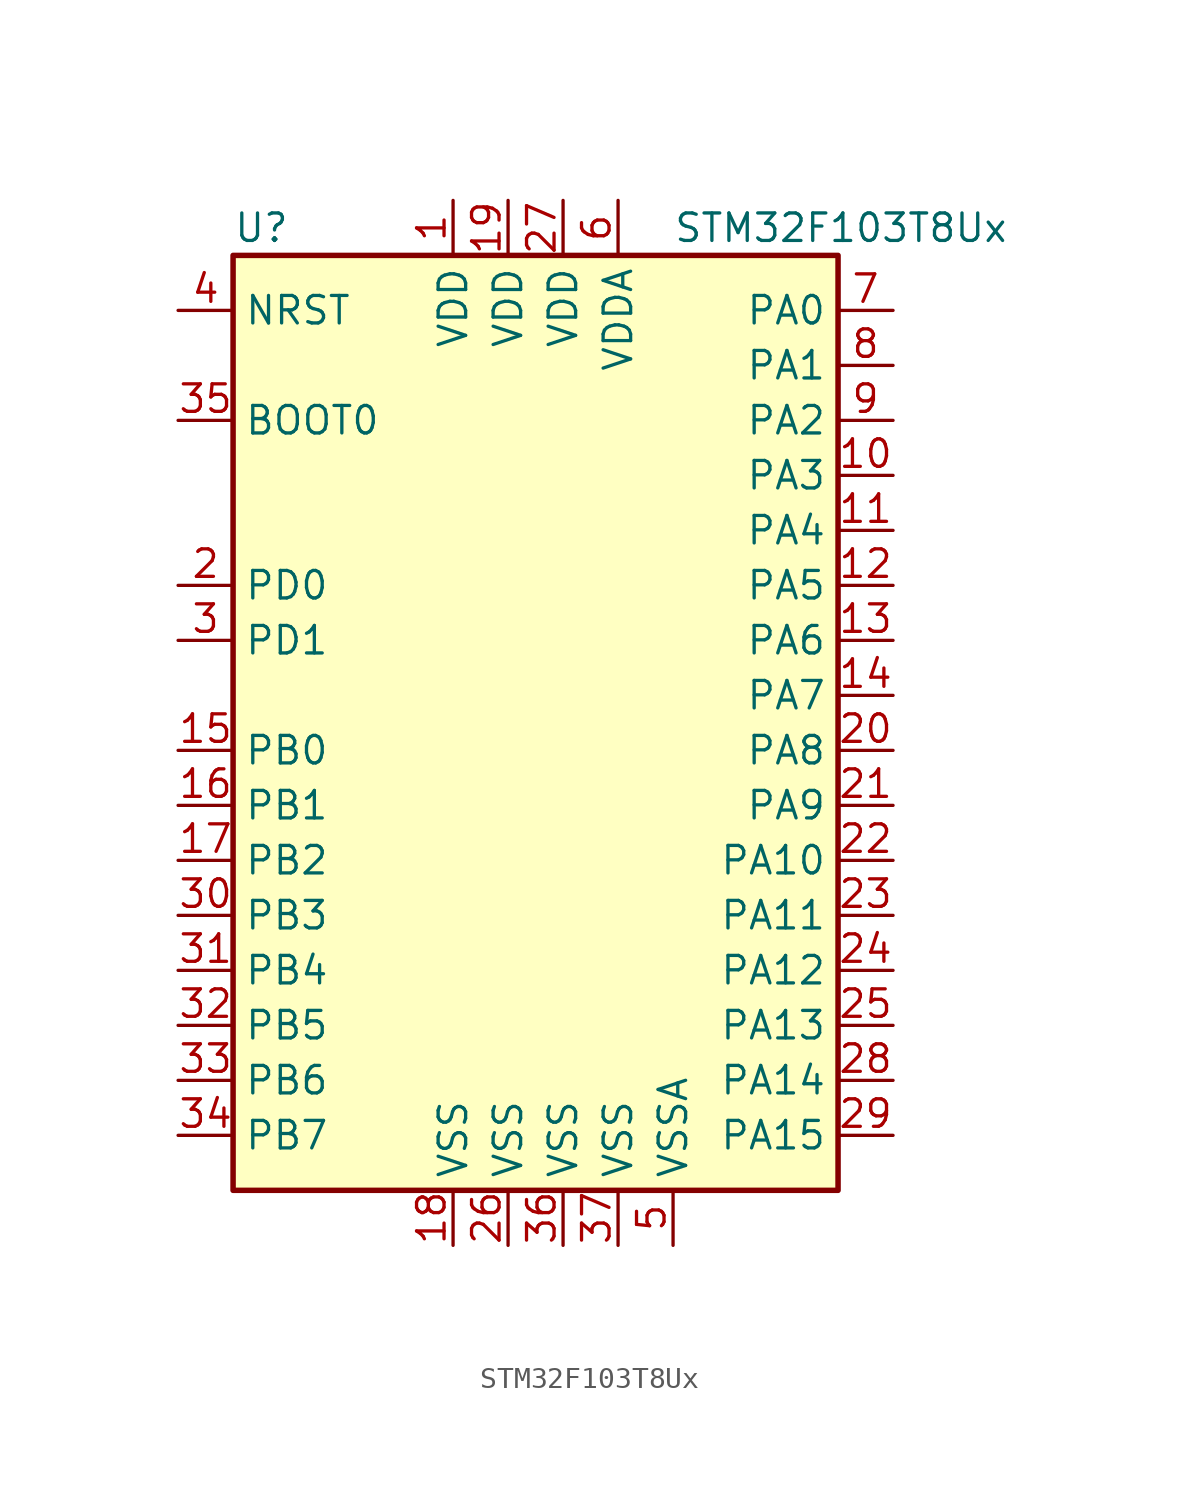
<source format=kicad_sym>
(kicad_symbol_lib
  (version 20201005)
  (generator kicad_symbol_editor)
  (symbol "MCU_ST_STM32F1:STM32F103T8Ux"
    (property "Reference" "U"
      (at -15.24 21.59 0)
      (effects (font (size 1.27 1.27)) (justify left)))
    (property "Value" "STM32F103T8Ux"
      (at 5.08 21.59 0)
      (effects (font (size 1.27 1.27)) (justify left)))
    (symbol "STM32F103T8Ux_0_1"
      (rectangle (start -15.24 -22.86) (end 12.7 20.32) (stroke (width 0.254)) (fill (type background))))
    (symbol "STM32F103T8Ux_1_1"
      (pin input line (at -17.78 12.7 0) (length 2.54) (name "BOOT0" (effects (font (size 1.27 1.27)))) (number "35" (effects (font (size 1.27 1.27)))))
      (pin input line (at -17.78 17.78 0) (length 2.54) (name "NRST" (effects (font (size 1.27 1.27)))) (number "4" (effects (font (size 1.27 1.27)))))
      (pin bidirectional line (at 15.24 17.78 180) (length 2.54) (name "PA0" (effects (font (size 1.27 1.27)))) (number "7" (effects (font (size 1.27 1.27)))))
      (pin bidirectional line (at 15.24 15.24 180) (length 2.54) (name "PA1" (effects (font (size 1.27 1.27)))) (number "8" (effects (font (size 1.27 1.27)))))
      (pin bidirectional line (at 15.24 -7.62 180) (length 2.54) (name "PA10" (effects (font (size 1.27 1.27)))) (number "22" (effects (font (size 1.27 1.27)))))
      (pin bidirectional line (at 15.24 -10.16 180) (length 2.54) (name "PA11" (effects (font (size 1.27 1.27)))) (number "23" (effects (font (size 1.27 1.27)))))
      (pin bidirectional line (at 15.24 -12.7 180) (length 2.54) (name "PA12" (effects (font (size 1.27 1.27)))) (number "24" (effects (font (size 1.27 1.27)))))
      (pin bidirectional line (at 15.24 -15.24 180) (length 2.54) (name "PA13" (effects (font (size 1.27 1.27)))) (number "25" (effects (font (size 1.27 1.27)))))
      (pin bidirectional line (at 15.24 -17.78 180) (length 2.54) (name "PA14" (effects (font (size 1.27 1.27)))) (number "28" (effects (font (size 1.27 1.27)))))
      (pin bidirectional line (at 15.24 -20.32 180) (length 2.54) (name "PA15" (effects (font (size 1.27 1.27)))) (number "29" (effects (font (size 1.27 1.27)))))
      (pin bidirectional line (at 15.24 12.7 180) (length 2.54) (name "PA2" (effects (font (size 1.27 1.27)))) (number "9" (effects (font (size 1.27 1.27)))))
      (pin bidirectional line (at 15.24 10.16 180) (length 2.54) (name "PA3" (effects (font (size 1.27 1.27)))) (number "10" (effects (font (size 1.27 1.27)))))
      (pin bidirectional line (at 15.24 7.62 180) (length 2.54) (name "PA4" (effects (font (size 1.27 1.27)))) (number "11" (effects (font (size 1.27 1.27)))))
      (pin bidirectional line (at 15.24 5.08 180) (length 2.54) (name "PA5" (effects (font (size 1.27 1.27)))) (number "12" (effects (font (size 1.27 1.27)))))
      (pin bidirectional line (at 15.24 2.54 180) (length 2.54) (name "PA6" (effects (font (size 1.27 1.27)))) (number "13" (effects (font (size 1.27 1.27)))))
      (pin bidirectional line (at 15.24 0 180) (length 2.54) (name "PA7" (effects (font (size 1.27 1.27)))) (number "14" (effects (font (size 1.27 1.27)))))
      (pin bidirectional line (at 15.24 -2.54 180) (length 2.54) (name "PA8" (effects (font (size 1.27 1.27)))) (number "20" (effects (font (size 1.27 1.27)))))
      (pin bidirectional line (at 15.24 -5.08 180) (length 2.54) (name "PA9" (effects (font (size 1.27 1.27)))) (number "21" (effects (font (size 1.27 1.27)))))
      (pin bidirectional line (at -17.78 -2.54 0) (length 2.54) (name "PB0" (effects (font (size 1.27 1.27)))) (number "15" (effects (font (size 1.27 1.27)))))
      (pin bidirectional line (at -17.78 -5.08 0) (length 2.54) (name "PB1" (effects (font (size 1.27 1.27)))) (number "16" (effects (font (size 1.27 1.27)))))
      (pin bidirectional line (at -17.78 -7.62 0) (length 2.54) (name "PB2" (effects (font (size 1.27 1.27)))) (number "17" (effects (font (size 1.27 1.27)))))
      (pin bidirectional line (at -17.78 -10.16 0) (length 2.54) (name "PB3" (effects (font (size 1.27 1.27)))) (number "30" (effects (font (size 1.27 1.27)))))
      (pin bidirectional line (at -17.78 -12.7 0) (length 2.54) (name "PB4" (effects (font (size 1.27 1.27)))) (number "31" (effects (font (size 1.27 1.27)))))
      (pin bidirectional line (at -17.78 -15.24 0) (length 2.54) (name "PB5" (effects (font (size 1.27 1.27)))) (number "32" (effects (font (size 1.27 1.27)))))
      (pin bidirectional line (at -17.78 -17.78 0) (length 2.54) (name "PB6" (effects (font (size 1.27 1.27)))) (number "33" (effects (font (size 1.27 1.27)))))
      (pin bidirectional line (at -17.78 -20.32 0) (length 2.54) (name "PB7" (effects (font (size 1.27 1.27)))) (number "34" (effects (font (size 1.27 1.27)))))
      (pin input line (at -17.78 5.08 0) (length 2.54) (name "PD0" (effects (font (size 1.27 1.27)))) (number "2" (effects (font (size 1.27 1.27)))))
      (pin input line (at -17.78 2.54 0) (length 2.54) (name "PD1" (effects (font (size 1.27 1.27)))) (number "3" (effects (font (size 1.27 1.27)))))
      (pin power_in line (at -5.08 22.86 270) (length 2.54) (name "VDD" (effects (font (size 1.27 1.27)))) (number "1" (effects (font (size 1.27 1.27)))))
      (pin power_in line (at -2.54 22.86 270) (length 2.54) (name "VDD" (effects (font (size 1.27 1.27)))) (number "19" (effects (font (size 1.27 1.27)))))
      (pin power_in line (at 0 22.86 270) (length 2.54) (name "VDD" (effects (font (size 1.27 1.27)))) (number "27" (effects (font (size 1.27 1.27)))))
      (pin power_in line (at 2.54 22.86 270) (length 2.54) (name "VDDA" (effects (font (size 1.27 1.27)))) (number "6" (effects (font (size 1.27 1.27)))))
      (pin power_in line (at -5.08 -25.4 90) (length 2.54) (name "VSS" (effects (font (size 1.27 1.27)))) (number "18" (effects (font (size 1.27 1.27)))))
      (pin power_in line (at -2.54 -25.4 90) (length 2.54) (name "VSS" (effects (font (size 1.27 1.27)))) (number "26" (effects (font (size 1.27 1.27)))))
      (pin power_in line (at 0 -25.4 90) (length 2.54) (name "VSS" (effects (font (size 1.27 1.27)))) (number "36" (effects (font (size 1.27 1.27)))))
      (pin power_in line (at 2.54 -25.4 90) (length 2.54) (name "VSS" (effects (font (size 1.27 1.27)))) (number "37" (effects (font (size 1.27 1.27)))))
      (pin power_in line (at 5.08 -25.4 90) (length 2.54) (name "VSSA" (effects (font (size 1.27 1.27)))) (number "5" (effects (font (size 1.27 1.27))))))))
</source>
